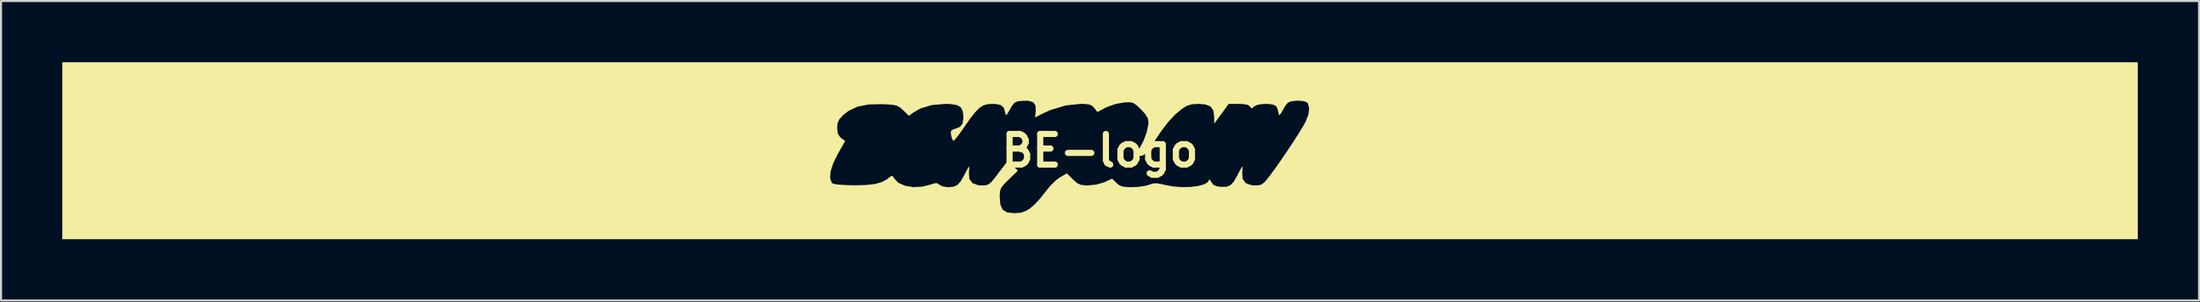
<source format=kicad_pcb>
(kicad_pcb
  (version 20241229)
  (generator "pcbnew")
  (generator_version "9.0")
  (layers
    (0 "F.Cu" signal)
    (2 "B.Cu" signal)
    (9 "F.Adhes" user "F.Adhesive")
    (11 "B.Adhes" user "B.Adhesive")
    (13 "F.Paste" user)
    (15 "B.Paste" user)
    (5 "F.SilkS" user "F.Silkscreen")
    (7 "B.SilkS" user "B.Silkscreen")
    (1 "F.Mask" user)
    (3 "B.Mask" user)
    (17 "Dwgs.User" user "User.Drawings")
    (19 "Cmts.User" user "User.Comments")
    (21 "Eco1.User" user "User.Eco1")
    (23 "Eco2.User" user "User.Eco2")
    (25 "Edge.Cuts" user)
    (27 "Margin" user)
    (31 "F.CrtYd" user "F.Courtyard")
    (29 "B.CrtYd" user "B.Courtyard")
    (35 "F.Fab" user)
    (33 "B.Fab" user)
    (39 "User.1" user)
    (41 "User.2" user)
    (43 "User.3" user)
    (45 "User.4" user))
  (footprint "BE-logo"
    (layer "F.Cu")
    (at 50.8 4.332)
    (property "Reference" "BE-logo" (at 0 0 0) (layer "F.SilkS") (effects (font (size 1.5 1.5) (thickness 0.3))))
    (attr board_only exclude_from_pos_files exclude_from_bom)
    (fp_poly (pts (xy -9.678 -0.294) (xy -9.711 -0.224) (xy -9.849 -0.175) (xy -9.943 -0.246) (xy -9.921 -0.336) (xy -9.866 -0.37) (xy -9.736 -0.37)) (stroke (width 0) (type solid)) (fill yes) (layer "F.Mask"))
    (fp_poly (pts (xy -11.19 0.358) (xy -11.176 0.373) (xy -11.242 0.428) (xy -11.303 0.455) (xy -11.412 0.457) (xy -11.43 0.422) (xy -11.361 0.349) (xy -11.303 0.34)) (stroke (width 0) (type solid)) (fill yes) (layer "F.Mask"))
    (fp_poly (pts (xy -8.19 0.128) (xy -8.306 0.236) (xy -8.349 0.27) (xy -8.593 0.449) (xy -8.718 0.53) (xy -8.721 0.509) (xy -8.595 0.386) (xy -8.555 0.349) (xy -8.364 0.192) (xy -8.22 0.097) (xy -8.183 0.085)) (stroke (width 0) (type solid)) (fill yes) (layer "F.Mask"))
    (fp_poly (pts (xy -2.157 -0.801) (xy -2.227 -0.689) (xy -2.335 -0.54) (xy -2.476 -0.348) (xy -2.564 -0.226) (xy -2.579 -0.205) (xy -2.652 -0.217) (xy -2.79 -0.25) (xy -2.998 -0.303) (xy -2.748 -0.479) (xy -2.514 -0.633) (xy -2.299 -0.76) (xy -2.296 -0.761) (xy -2.181 -0.817)) (stroke (width 0) (type solid)) (fill yes) (layer "F.Mask"))
    (fp_poly (pts (xy 0.335 -0.461) (xy 0.387 -0.412) (xy 0.445 -0.329) (xy 0.426 -0.236) (xy 0.31 -0.099) (xy 0.133 0.071) (xy -0.135 0.301) (xy -0.301 0.403) (xy -0.362 0.378) (xy -0.316 0.224) (xy -0.243 0.083) (xy -0.09 -0.16) (xy 0.061 -0.356) (xy 0.104 -0.4) (xy 0.234 -0.493)) (stroke (width 0) (type solid)) (fill yes) (layer "F.Mask"))
    (fp_poly (pts (xy 5.133 -0.62) (xy 5.121 -0.59) (xy 4.835 -0.122) (xy 4.614 0.218) (xy 4.439 0.447) (xy 4.288 0.584) (xy 4.141 0.648) (xy 3.977 0.655) (xy 3.775 0.625) (xy 3.747 0.62) (xy 3.61 0.573) (xy 3.57 0.484) (xy 3.631 0.323) (xy 3.796 0.063) (xy 3.814 0.037) (xy 3.992 -0.194) (xy 4.144 -0.308) (xy 4.319 -0.34) (xy 4.333 -0.34) (xy 4.577 -0.385) (xy 4.846 -0.498) (xy 4.894 -0.526) (xy 5.071 -0.621)) (stroke (width 0) (type solid)) (fill yes) (layer "F.Mask"))
    (fp_poly (pts (xy 1.5 -2.016) (xy 1.605 -1.947) (xy 1.609 -1.925) (xy 1.678 -1.811) (xy 1.831 -1.71) (xy 1.968 -1.629) (xy 2.023 -1.518) (xy 2.02 -1.316) (xy 2.011 -1.229) (xy 1.902 -0.826) (xy 1.672 -0.366) (xy 1.341 0.115) (xy 0.952 0.56) (xy 0.483 0.979) (xy 0.024 1.251) (xy -0.44 1.393) (xy -0.662 1.413) (xy -0.836 1.354) (xy -1.033 1.199) (xy -1.214 1.01) (xy -1.292 0.823) (xy -1.299 0.673) (xy -0.759 0.673) (xy -0.671 0.817) (xy -0.475 0.833) (xy -0.176 0.715) (xy 0.005 0.609) (xy 0.297 0.392) (xy 0.59 0.128) (xy 0.689 0.025) (xy 0.894 -0.226) (xy 1.091 -0.504) (xy 1.26 -0.773) (xy 1.376 -0.997) (xy 1.418 -1.138) (xy 1.41 -1.162) (xy 1.328 -1.136) (xy 1.172 -1.015) (xy 1.051 -0.901) (xy 0.852 -0.72) (xy 0.721 -0.655) (xy 0.625 -0.688) (xy 0.518 -0.872) (xy 0.546 -1.084) (xy 0.61 -1.172) (xy 0.667 -1.256) (xy 0.604 -1.274) (xy 0.473 -1.211) (xy 0.274 -1.045) (xy 0.039 -0.811) (xy -0.201 -0.542) (xy -0.412 -0.274) (xy -0.564 -0.04) (xy -0.594 0.019) (xy -0.735 0.406) (xy -0.759 0.673) (xy -1.299 0.673) (xy -1.304 0.566) (xy -1.221 0.103) (xy -1.007 -0.375) (xy -0.691 -0.842) (xy -0.299 -1.268) (xy 0.142 -1.625) (xy 0.603 -1.887) (xy 1.058 -2.025) (xy 1.24 -2.039)) (stroke (width 0) (type solid)) (fill yes) (layer "F.Mask"))
    (fp_poly (pts (xy 9.838 -2.116) (xy 9.891 -1.943) (xy 9.878 -1.857) (xy 9.806 -1.689) (xy 9.652 -1.412) (xy 9.437 -1.053) (xy 9.177 -0.642) (xy 8.893 -0.207) (xy 8.603 0.226) (xy 8.326 0.626) (xy 8.079 0.966) (xy 7.883 1.217) (xy 7.762 1.347) (xy 7.585 1.408) (xy 7.406 1.358) (xy 7.292 1.225) (xy 7.281 1.158) (xy 7.297 1.001) (xy 7.338 0.722) (xy 7.399 0.365) (xy 7.45 0.091) (xy 7.516 -0.275) (xy 7.564 -0.573) (xy 7.588 -0.769) (xy 7.587 -0.826) (xy 7.533 -0.772) (xy 7.414 -0.603) (xy 7.248 -0.348) (xy 7.054 -0.039) (xy 6.853 0.292) (xy 6.662 0.616) (xy 6.501 0.9) (xy 6.39 1.113) (xy 6.384 1.126) (xy 6.277 1.324) (xy 6.191 1.435) (xy 6.172 1.444) (xy 6.044 1.471) (xy 5.995 1.488) (xy 5.841 1.475) (xy 5.781 1.434) (xy 5.745 1.338) (xy 5.784 1.168) (xy 5.904 0.895) (xy 5.943 0.816) (xy 6.11 0.508) (xy 6.338 0.123) (xy 6.603 -0.304) (xy 6.883 -0.739) (xy 7.156 -1.146) (xy 7.398 -1.491) (xy 7.587 -1.739) (xy 7.645 -1.805) (xy 7.857 -1.964) (xy 8.079 -2.035) (xy 8.264 -2.011) (xy 8.349 -1.917) (xy 8.352 -1.79) (xy 8.326 -1.543) (xy 8.278 -1.219) (xy 8.216 -0.866) (xy 8.147 -0.526) (xy 8.078 -0.246) (xy 8.074 -0.234) (xy 8.052 -0.097) (xy 8.104 -0.099) (xy 8.231 -0.243) (xy 8.435 -0.529) (xy 8.716 -0.959) (xy 9.076 -1.535) (xy 9.371 -2.018) (xy 9.528 -2.169) (xy 9.701 -2.197)) (stroke (width 0) (type solid)) (fill yes) (layer "F.Mask"))
    (fp_poly (pts (xy 6.953 -2.016) (xy 7.027 -1.96) (xy 7.027 -1.96) (xy 6.983 -1.868) (xy 6.861 -1.656) (xy 6.673 -1.347) (xy 6.434 -0.963) (xy 6.157 -0.528) (xy 6.091 -0.424) (xy 5.804 0.023) (xy 5.549 0.428) (xy 5.339 0.764) (xy 5.188 1.011) (xy 5.113 1.143) (xy 5.108 1.154) (xy 5.005 1.268) (xy 4.813 1.392) (xy 4.772 1.413) (xy 4.506 1.492) (xy 4.162 1.503) (xy 3.716 1.446) (xy 3.143 1.318) (xy 3.102 1.307) (xy 2.805 1.239) (xy 2.605 1.224) (xy 2.439 1.26) (xy 2.34 1.302) (xy 1.963 1.429) (xy 1.58 1.483) (xy 1.278 1.455) (xy 1.04 1.319) (xy 0.944 1.094) (xy 0.961 0.912) (xy 1.094 0.714) (xy 1.361 0.58) (xy 1.736 0.52) (xy 2.009 0.524) (xy 2.407 0.552) (xy 2.944 -0.255) (xy 3.42 -0.923) (xy 3.854 -1.431) (xy 4.249 -1.784) (xy 4.61 -1.985) (xy 4.896 -2.039) (xy 5.119 -1.966) (xy 5.285 -1.789) (xy 5.334 -1.611) (xy 5.271 -1.432) (xy 5.11 -1.201) (xy 4.891 -0.966) (xy 4.653 -0.773) (xy 4.552 -0.712) (xy 4.369 -0.632) (xy 4.249 -0.645) (xy 4.144 -0.726) (xy 4.071 -0.781) (xy 4.001 -0.784) (xy 3.914 -0.714) (xy 3.789 -0.553) (xy 3.605 -0.278) (xy 3.472 -0.074) (xy 2.959 0.722) (xy 3.321 0.83) (xy 3.639 0.907) (xy 3.998 0.97) (xy 4.106 0.984) (xy 4.53 1.031) (xy 5.108 0.095) (xy 5.375 -0.331) (xy 5.658 -0.772) (xy 5.921 -1.171) (xy 6.105 -1.44) (xy 6.321 -1.738) (xy 6.479 -1.918) (xy 6.61 -2.009) (xy 6.744 -2.038) (xy 6.776 -2.039)) (stroke (width 0) (type solid)) (fill yes) (layer "F.Mask"))
    (fp_poly (pts (xy -0.56 -1.959) (xy -0.524 -1.824) (xy -0.605 -1.601) (xy -0.8 -1.279) (xy -1.109 -0.847) (xy -1.276 -0.626) (xy -1.571 -0.235) (xy -1.772 0.043) (xy -1.888 0.228) (xy -1.933 0.337) (xy -1.916 0.392) (xy -1.869 0.409) (xy -1.728 0.459) (xy -1.693 0.504) (xy -1.757 0.653) (xy -1.915 0.839) (xy -2.117 1.01) (xy -2.272 1.098) (xy -2.444 1.219) (xy -2.663 1.439) (xy -2.887 1.717) (xy -2.902 1.737) (xy -3.302 2.23) (xy -3.684 2.562) (xy -4.056 2.741) (xy -4.122 2.757) (xy -4.329 2.775) (xy -4.463 2.694) (xy -4.528 2.605) (xy -4.623 2.328) (xy -4.617 2.262) (xy -4.112 2.262) (xy -4.095 2.294) (xy -3.993 2.237) (xy -3.826 2.091) (xy -3.721 1.986) (xy -3.579 1.822) (xy -3.549 1.752) (xy -3.598 1.765) (xy -3.749 1.868) (xy -3.91 2.011) (xy -4.043 2.156) (xy -4.112 2.262) (xy -4.617 2.262) (xy -4.61 2.178) (xy -4.491 1.954) (xy -4.254 1.69) (xy -3.937 1.417) (xy -3.574 1.169) (xy -3.339 1.041) (xy -3.151 0.941) (xy -2.989 0.83) (xy -2.831 0.684) (xy -2.652 0.477) (xy -2.429 0.184) (xy -2.141 -0.219) (xy -2.062 -0.33) (xy -1.261 -1.467) (xy -1.541 -1.411) (xy -1.899 -1.304) (xy -2.286 -1.132) (xy -2.672 -0.914) (xy -3.028 -0.671) (xy -3.325 -0.423) (xy -3.534 -0.193) (xy -3.626 0.002) (xy -3.625 0.056) (xy -3.526 0.172) (xy -3.324 0.205) (xy -3.067 0.148) (xy -3.027 0.131) (xy -2.911 0.13) (xy -2.875 0.229) (xy -2.918 0.382) (xy -3.036 0.542) (xy -3.043 0.548) (xy -3.26 0.656) (xy -3.544 0.693) (xy -3.813 0.656) (xy -3.944 0.589) (xy -4.131 0.376) (xy -4.179 0.14) (xy -4.098 -0.167) (xy -3.874 -0.537) (xy -3.516 -0.907) (xy -3.055 -1.255) (xy -2.524 -1.56) (xy -1.956 -1.8) (xy -1.384 -1.954) (xy -1.369 -1.957) (xy -0.981 -2.015) (xy -0.712 -2.019)) (stroke (width 0) (type solid)) (fill yes) (layer "F.Mask"))
    (fp_poly (pts (xy -10.467 -2.003) (xy -10.091 -1.891) (xy -9.816 -1.696) (xy -9.669 -1.442) (xy -9.652 -1.312) (xy -9.718 -1.105) (xy -9.888 -0.858) (xy -10.124 -0.62) (xy -10.366 -0.449) (xy -10.462 -0.383) (xy -10.467 -0.307) (xy -10.372 -0.171) (xy -10.302 -0.088) (xy -10.132 0.154) (xy -10.089 0.36) (xy -10.17 0.593) (xy -10.248 0.727) (xy -10.48 0.983) (xy -10.806 1.187) (xy -11.182 1.328) (xy -11.563 1.393) (xy -11.907 1.372) (xy -12.168 1.253) (xy -12.182 1.241) (xy -12.309 1.141) (xy -12.383 1.167) (xy -12.442 1.267) (xy -12.563 1.42) (xy -12.697 1.412) (xy -12.82 1.312) (xy -12.901 1.199) (xy -12.896 1.063) (xy -12.836 0.901) (xy -12.744 0.714) (xy -12.581 0.419) (xy -12.569 0.397) (xy -12.006 0.397) (xy -11.978 0.487) (xy -11.853 0.534) (xy -11.729 0.619) (xy -11.735 0.714) (xy -11.715 0.815) (xy -11.581 0.851) (xy -11.373 0.825) (xy -11.133 0.738) (xy -11.025 0.679) (xy -10.768 0.484) (xy -10.674 0.32) (xy -10.741 0.195) (xy -10.965 0.115) (xy -11.336 0.086) (xy -11.648 0.105) (xy -11.835 0.169) (xy -11.905 0.234) (xy -12.006 0.397) (xy -12.569 0.397) (xy -12.371 0.054) (xy -12.134 -0.345) (xy -11.994 -0.573) (xy -11.415 -0.573) (xy -11.407 -0.514) (xy -11.284 -0.547) (xy -11.035 -0.674) (xy -10.929 -0.734) (xy -10.583 -0.948) (xy -10.369 -1.118) (xy -10.265 -1.265) (xy -10.245 -1.372) (xy -10.281 -1.478) (xy -10.416 -1.523) (xy -10.562 -1.528) (xy -10.747 -1.515) (xy -10.878 -1.453) (xy -10.999 -1.306) (xy -11.133 -1.082) (xy -11.273 -0.835) (xy -11.376 -0.648) (xy -11.415 -0.573) (xy -11.994 -0.573) (xy -11.891 -0.742) (xy -11.665 -1.099) (xy -11.637 -1.143) (xy -11.535 -1.306) (xy -11.527 -1.361) (xy -11.612 -1.34) (xy -11.628 -1.334) (xy -11.773 -1.284) (xy -11.82 -1.274) (xy -11.874 -1.205) (xy -11.938 -1.062) (xy -12.052 -0.898) (xy -12.256 -0.85) (xy -12.266 -0.849) (xy -12.488 -0.907) (xy -12.582 -1.06) (xy -12.531 -1.274) (xy -12.323 -1.51) (xy -11.991 -1.718) (xy -11.577 -1.883) (xy -11.127 -1.989) (xy -10.683 -2.021)) (stroke (width 0) (type solid)) (fill yes) (layer "F.Mask"))
    (fp_poly (pts (xy -3.539 -2.116) (xy -3.486 -1.943) (xy -3.499 -1.857) (xy -3.572 -1.689) (xy -3.725 -1.412) (xy -3.941 -1.053) (xy -4.2 -0.642) (xy -4.484 -0.207) (xy -4.774 0.226) (xy -5.051 0.626) (xy -5.298 0.966) (xy -5.495 1.217) (xy -5.616 1.347) (xy -5.792 1.408) (xy -5.972 1.358) (xy -6.085 1.225) (xy -6.096 1.158) (xy -6.081 1.001) (xy -6.039 0.722) (xy -5.978 0.365) (xy -5.928 0.091) (xy -5.862 -0.275) (xy -5.814 -0.573) (xy -5.79 -0.769) (xy -5.791 -0.826) (xy -5.844 -0.772) (xy -5.964 -0.603) (xy -6.129 -0.348) (xy -6.323 -0.04) (xy -6.524 0.291) (xy -6.714 0.613) (xy -6.874 0.896) (xy -6.985 1.107) (xy -6.99 1.119) (xy -7.157 1.363) (xy -7.354 1.484) (xy -7.546 1.464) (xy -7.592 1.432) (xy -7.639 1.347) (xy -7.612 1.2) (xy -7.503 0.954) (xy -7.478 0.906) (xy -7.258 0.468) (xy -7.604 0.783) (xy -8.082 1.15) (xy -8.552 1.385) (xy -8.994 1.482) (xy -9.387 1.434) (xy -9.462 1.405) (xy -9.728 1.211) (xy -9.854 0.946) (xy -9.84 0.633) (xy -9.687 0.296) (xy -9.443 0.002) (xy -9.152 -0.281) (xy -9.322 -0.498) (xy -9.437 -0.762) (xy -9.398 -1.045) (xy -9.217 -1.326) (xy -8.906 -1.586) (xy -8.544 -1.779) (xy -8.049 -1.952) (xy -7.62 -2.019) (xy -7.281 -1.98) (xy -7.157 -1.921) (xy -6.979 -1.752) (xy -6.971 -1.593) (xy -7.13 -1.449) (xy -7.236 -1.397) (xy -7.485 -1.303) (xy -7.64 -1.286) (xy -7.759 -1.346) (xy -7.825 -1.407) (xy -7.914 -1.474) (xy -8.021 -1.478) (xy -8.191 -1.411) (xy -8.403 -1.301) (xy -8.705 -1.118) (xy -8.844 -0.98) (xy -8.821 -0.887) (xy -8.634 -0.839) (xy -8.283 -0.833) (xy -8.234 -0.835) (xy -7.917 -0.846) (xy -7.733 -0.836) (xy -7.646 -0.798) (xy -7.621 -0.724) (xy -7.62 -0.691) (xy -7.694 -0.507) (xy -7.874 -0.346) (xy -8.099 -0.259) (xy -8.158 -0.255) (xy -8.406 -0.187) (xy -8.686 -0.01) (xy -8.956 0.235) (xy -9.174 0.508) (xy -9.299 0.768) (xy -9.313 0.869) (xy -9.254 0.995) (xy -9.096 1.024) (xy -8.869 0.972) (xy -8.601 0.855) (xy -8.321 0.687) (xy -8.059 0.484) (xy -7.843 0.261) (xy -7.703 0.033) (xy -7.698 0.021) (xy -7.572 -0.139) (xy -7.41 -0.159) (xy -7.266 -0.042) (xy -7.222 0.051) (xy -7.186 0.135) (xy -7.14 0.157) (xy -7.067 0.101) (xy -6.95 -0.052) (xy -6.772 -0.317) (xy -6.585 -0.607) (xy -6.24 -1.13) (xy -5.962 -1.518) (xy -5.735 -1.787) (xy -5.546 -1.952) (xy -5.38 -2.029) (xy -5.294 -2.039) (xy -5.112 -1.997) (xy -5.028 -1.917) (xy -5.026 -1.79) (xy -5.052 -1.543) (xy -5.1 -1.219) (xy -5.162 -0.866) (xy -5.231 -0.526) (xy -5.299 -0.246) (xy -5.303 -0.234) (xy -5.325 -0.097) (xy -5.273 -0.099) (xy -5.146 -0.243) (xy -4.943 -0.529) (xy -4.661 -0.959) (xy -4.301 -1.535) (xy -4.007 -2.018) (xy -3.849 -2.169) (xy -3.677 -2.197)) (stroke (width 0) (type solid)) (fill yes) (layer "F.Mask"))
    (fp_poly (pts (xy -9.677 -0.294) (xy -9.71 -0.225) (xy -9.848 -0.175) (xy -9.942 -0.246) (xy -9.92 -0.337) (xy -9.865 -0.37) (xy -9.735 -0.371)) (stroke (width 0) (type solid)) (fill yes) (layer "B.Mask"))
    (fp_poly (pts (xy -11.19 0.356) (xy -11.176 0.371) (xy -11.242 0.426) (xy -11.303 0.453) (xy -11.412 0.455) (xy -11.43 0.42) (xy -11.361 0.347) (xy -11.303 0.338)) (stroke (width 0) (type solid)) (fill yes) (layer "B.Mask"))
    (fp_poly (pts (xy -8.191 0.128) (xy -8.306 0.236) (xy -8.35 0.27) (xy -8.594 0.449) (xy -8.719 0.53) (xy -8.721 0.509) (xy -8.596 0.386) (xy -8.555 0.349) (xy -8.365 0.192) (xy -8.221 0.097) (xy -8.184 0.085)) (stroke (width 0) (type solid)) (fill yes) (layer "B.Mask"))
    (fp_poly (pts (xy -2.151 -0.803) (xy -2.221 -0.691) (xy -2.329 -0.542) (xy -2.47 -0.35) (xy -2.558 -0.228) (xy -2.573 -0.207) (xy -2.646 -0.22) (xy -2.785 -0.253) (xy -2.993 -0.305) (xy -2.742 -0.482) (xy -2.509 -0.636) (xy -2.294 -0.762) (xy -2.29 -0.764) (xy -2.176 -0.819)) (stroke (width 0) (type solid)) (fill yes) (layer "B.Mask"))
    (fp_poly (pts (xy 0.334 -0.462) (xy 0.387 -0.413) (xy 0.445 -0.33) (xy 0.425 -0.237) (xy 0.31 -0.1) (xy 0.132 0.07) (xy -0.136 0.3) (xy -0.301 0.402) (xy -0.362 0.377) (xy -0.316 0.223) (xy -0.243 0.082) (xy -0.091 -0.161) (xy 0.061 -0.357) (xy 0.104 -0.401) (xy 0.234 -0.494)) (stroke (width 0) (type solid)) (fill yes) (layer "B.Mask"))
    (fp_poly (pts (xy 5.128 -0.618) (xy 5.116 -0.587) (xy 4.83 -0.119) (xy 4.61 0.22) (xy 4.435 0.449) (xy 4.284 0.587) (xy 4.136 0.65) (xy 3.972 0.658) (xy 3.771 0.628) (xy 3.742 0.622) (xy 3.605 0.575) (xy 3.566 0.486) (xy 3.627 0.326) (xy 3.791 0.066) (xy 3.81 0.039) (xy 3.987 -0.192) (xy 4.139 -0.305) (xy 4.315 -0.337) (xy 4.329 -0.337) (xy 4.573 -0.383) (xy 4.842 -0.495) (xy 4.89 -0.523) (xy 5.067 -0.619)) (stroke (width 0) (type solid)) (fill yes) (layer "B.Mask"))
    (fp_poly (pts (xy 1.5 -2.014) (xy 1.605 -1.945) (xy 1.609 -1.923) (xy 1.678 -1.809) (xy 1.831 -1.708) (xy 1.967 -1.627) (xy 2.023 -1.516) (xy 2.02 -1.314) (xy 2.011 -1.227) (xy 1.902 -0.824) (xy 1.672 -0.364) (xy 1.341 0.117) (xy 0.952 0.562) (xy 0.483 0.981) (xy 0.024 1.253) (xy -0.44 1.395) (xy -0.662 1.415) (xy -0.837 1.356) (xy -1.033 1.201) (xy -1.214 1.012) (xy -1.292 0.825) (xy -1.299 0.675) (xy -0.759 0.675) (xy -0.671 0.819) (xy -0.475 0.835) (xy -0.176 0.717) (xy 0.004 0.611) (xy 0.297 0.394) (xy 0.59 0.13) (xy 0.689 0.027) (xy 0.893 -0.224) (xy 1.091 -0.502) (xy 1.259 -0.771) (xy 1.376 -0.995) (xy 1.418 -1.136) (xy 1.41 -1.16) (xy 1.328 -1.134) (xy 1.172 -1.013) (xy 1.051 -0.899) (xy 0.851 -0.718) (xy 0.72 -0.653) (xy 0.625 -0.686) (xy 0.518 -0.87) (xy 0.546 -1.082) (xy 0.609 -1.17) (xy 0.667 -1.254) (xy 0.604 -1.272) (xy 0.473 -1.209) (xy 0.274 -1.043) (xy 0.039 -0.809) (xy -0.201 -0.54) (xy -0.412 -0.272) (xy -0.564 -0.038) (xy -0.594 0.021) (xy -0.735 0.408) (xy -0.759 0.675) (xy -1.299 0.675) (xy -1.304 0.568) (xy -1.221 0.105) (xy -1.007 -0.373) (xy -0.691 -0.84) (xy -0.299 -1.266) (xy 0.142 -1.623) (xy 0.603 -1.885) (xy 1.058 -2.023) (xy 1.24 -2.037)) (stroke (width 0) (type solid)) (fill yes) (layer "B.Mask"))
    (fp_poly (pts (xy 9.83 -2.117) (xy 9.882 -1.944) (xy 9.87 -1.858) (xy 9.797 -1.69) (xy 9.644 -1.413) (xy 9.428 -1.055) (xy 9.169 -0.643) (xy 8.885 -0.208) (xy 8.595 0.224) (xy 8.317 0.624) (xy 8.071 0.965) (xy 7.874 1.216) (xy 7.753 1.346) (xy 7.577 1.407) (xy 7.397 1.357) (xy 7.284 1.223) (xy 7.273 1.157) (xy 7.288 1) (xy 7.33 0.721) (xy 7.391 0.363) (xy 7.441 0.09) (xy 7.507 -0.276) (xy 7.555 -0.574) (xy 7.579 -0.77) (xy 7.578 -0.828) (xy 7.524 -0.774) (xy 7.405 -0.604) (xy 7.239 -0.349) (xy 7.046 -0.04) (xy 6.844 0.291) (xy 6.653 0.614) (xy 6.493 0.898) (xy 6.381 1.112) (xy 6.375 1.124) (xy 6.269 1.322) (xy 6.182 1.434) (xy 6.163 1.443) (xy 6.035 1.47) (xy 5.986 1.487) (xy 5.832 1.474) (xy 5.772 1.433) (xy 5.737 1.337) (xy 5.775 1.167) (xy 5.895 0.894) (xy 5.934 0.815) (xy 6.102 0.507) (xy 6.329 0.122) (xy 6.594 -0.306) (xy 6.875 -0.74) (xy 7.147 -1.148) (xy 7.389 -1.492) (xy 7.579 -1.74) (xy 7.637 -1.806) (xy 7.848 -1.965) (xy 8.071 -2.036) (xy 8.255 -2.012) (xy 8.34 -1.919) (xy 8.343 -1.792) (xy 8.317 -1.544) (xy 8.269 -1.221) (xy 8.207 -0.867) (xy 8.138 -0.527) (xy 8.069 -0.248) (xy 8.066 -0.235) (xy 8.044 -0.098) (xy 8.095 -0.101) (xy 8.222 -0.244) (xy 8.426 -0.53) (xy 8.707 -0.96) (xy 9.068 -1.537) (xy 9.362 -2.019) (xy 9.519 -2.171) (xy 9.692 -2.198)) (stroke (width 0) (type solid)) (fill yes) (layer "B.Mask"))
    (fp_poly (pts (xy 6.952 -2.015) (xy 7.026 -1.959) (xy 7.026 -1.959) (xy 6.982 -1.867) (xy 6.86 -1.655) (xy 6.672 -1.346) (xy 6.433 -0.962) (xy 6.156 -0.527) (xy 6.09 -0.423) (xy 5.804 0.025) (xy 5.548 0.429) (xy 5.338 0.766) (xy 5.188 1.012) (xy 5.112 1.144) (xy 5.107 1.155) (xy 5.005 1.269) (xy 4.812 1.394) (xy 4.771 1.414) (xy 4.505 1.493) (xy 4.161 1.504) (xy 3.715 1.447) (xy 3.142 1.319) (xy 3.101 1.308) (xy 2.804 1.24) (xy 2.604 1.225) (xy 2.438 1.261) (xy 2.339 1.303) (xy 1.962 1.43) (xy 1.579 1.484) (xy 1.277 1.456) (xy 1.039 1.32) (xy 0.943 1.095) (xy 0.96 0.913) (xy 1.093 0.715) (xy 1.36 0.581) (xy 1.735 0.521) (xy 2.008 0.525) (xy 2.406 0.553) (xy 2.943 -0.254) (xy 3.419 -0.922) (xy 3.853 -1.43) (xy 4.248 -1.783) (xy 4.609 -1.984) (xy 4.895 -2.038) (xy 5.118 -1.965) (xy 5.284 -1.788) (xy 5.333 -1.61) (xy 5.27 -1.431) (xy 5.109 -1.2) (xy 4.89 -0.965) (xy 4.652 -0.772) (xy 4.551 -0.71) (xy 4.368 -0.631) (xy 4.248 -0.644) (xy 4.143 -0.725) (xy 4.07 -0.78) (xy 4 -0.783) (xy 3.913 -0.713) (xy 3.788 -0.552) (xy 3.604 -0.277) (xy 3.472 -0.073) (xy 2.958 0.723) (xy 3.32 0.831) (xy 3.638 0.908) (xy 3.997 0.971) (xy 4.105 0.985) (xy 4.529 1.033) (xy 5.107 0.096) (xy 5.374 -0.33) (xy 5.657 -0.77) (xy 5.92 -1.17) (xy 6.104 -1.439) (xy 6.32 -1.737) (xy 6.478 -1.917) (xy 6.609 -2.008) (xy 6.743 -2.037) (xy 6.775 -2.038)) (stroke (width 0) (type solid)) (fill yes) (layer "B.Mask"))
    (fp_poly (pts (xy -0.559 -1.955) (xy -0.523 -1.819) (xy -0.604 -1.596) (xy -0.799 -1.274) (xy -1.108 -0.843) (xy -1.275 -0.621) (xy -1.57 -0.23) (xy -1.77 0.048) (xy -1.887 0.232) (xy -1.932 0.342) (xy -1.915 0.397) (xy -1.868 0.414) (xy -1.727 0.463) (xy -1.692 0.509) (xy -1.756 0.658) (xy -1.914 0.844) (xy -2.116 1.014) (xy -2.271 1.103) (xy -2.443 1.223) (xy -2.662 1.444) (xy -2.886 1.721) (xy -2.901 1.741) (xy -3.301 2.234) (xy -3.683 2.566) (xy -4.055 2.745) (xy -4.121 2.762) (xy -4.328 2.78) (xy -4.461 2.699) (xy -4.527 2.61) (xy -4.622 2.333) (xy -4.616 2.266) (xy -4.111 2.266) (xy -4.094 2.298) (xy -3.992 2.241) (xy -3.825 2.096) (xy -3.72 1.99) (xy -3.578 1.826) (xy -3.548 1.756) (xy -3.597 1.77) (xy -3.748 1.873) (xy -3.909 2.016) (xy -4.042 2.16) (xy -4.111 2.266) (xy -4.616 2.266) (xy -4.609 2.183) (xy -4.49 1.958) (xy -4.253 1.694) (xy -3.936 1.422) (xy -3.573 1.174) (xy -3.337 1.045) (xy -3.15 0.946) (xy -2.988 0.835) (xy -2.83 0.688) (xy -2.651 0.481) (xy -2.428 0.189) (xy -2.14 -0.214) (xy -2.061 -0.326) (xy -1.26 -1.463) (xy -1.54 -1.407) (xy -1.898 -1.3) (xy -2.285 -1.127) (xy -2.671 -0.909) (xy -3.027 -0.666) (xy -3.324 -0.419) (xy -3.533 -0.188) (xy -3.625 0.006) (xy -3.624 0.061) (xy -3.525 0.177) (xy -3.323 0.209) (xy -3.066 0.152) (xy -3.026 0.136) (xy -2.91 0.134) (xy -2.874 0.234) (xy -2.917 0.387) (xy -3.035 0.546) (xy -3.042 0.552) (xy -3.259 0.66) (xy -3.543 0.698) (xy -3.812 0.661) (xy -3.943 0.593) (xy -4.13 0.381) (xy -4.178 0.144) (xy -4.097 -0.162) (xy -3.873 -0.532) (xy -3.515 -0.902) (xy -3.054 -1.251) (xy -2.523 -1.556) (xy -1.955 -1.796) (xy -1.383 -1.95) (xy -1.368 -1.953) (xy -0.98 -2.01) (xy -0.711 -2.015)) (stroke (width 0) (type solid)) (fill yes) (layer "B.Mask"))
    (fp_poly (pts (xy -10.458 -1.997) (xy -10.082 -1.885) (xy -9.807 -1.69) (xy -9.66 -1.436) (xy -9.643 -1.306) (xy -9.709 -1.099) (xy -9.88 -0.852) (xy -10.115 -0.614) (xy -10.357 -0.443) (xy -10.453 -0.377) (xy -10.458 -0.301) (xy -10.363 -0.165) (xy -10.293 -0.082) (xy -10.123 0.16) (xy -10.08 0.366) (xy -10.161 0.599) (xy -10.239 0.733) (xy -10.471 0.989) (xy -10.797 1.193) (xy -11.173 1.334) (xy -11.554 1.399) (xy -11.898 1.378) (xy -12.16 1.259) (xy -12.173 1.247) (xy -12.3 1.148) (xy -12.374 1.173) (xy -12.433 1.273) (xy -12.554 1.426) (xy -12.688 1.418) (xy -12.811 1.318) (xy -12.892 1.205) (xy -12.887 1.069) (xy -12.827 0.908) (xy -12.735 0.72) (xy -12.572 0.425) (xy -12.56 0.404) (xy -11.997 0.404) (xy -11.969 0.493) (xy -11.844 0.541) (xy -11.72 0.626) (xy -11.726 0.72) (xy -11.706 0.821) (xy -11.572 0.857) (xy -11.364 0.831) (xy -11.125 0.744) (xy -11.016 0.685) (xy -10.759 0.49) (xy -10.665 0.327) (xy -10.732 0.201) (xy -10.956 0.121) (xy -11.327 0.092) (xy -11.639 0.111) (xy -11.826 0.175) (xy -11.896 0.24) (xy -11.997 0.404) (xy -12.56 0.404) (xy -12.362 0.06) (xy -12.125 -0.339) (xy -11.985 -0.567) (xy -11.406 -0.567) (xy -11.399 -0.508) (xy -11.275 -0.541) (xy -11.026 -0.668) (xy -10.92 -0.728) (xy -10.574 -0.941) (xy -10.36 -1.111) (xy -10.256 -1.259) (xy -10.236 -1.366) (xy -10.272 -1.472) (xy -10.407 -1.516) (xy -10.553 -1.522) (xy -10.738 -1.508) (xy -10.869 -1.446) (xy -10.99 -1.3) (xy -11.124 -1.076) (xy -11.264 -0.829) (xy -11.367 -0.642) (xy -11.406 -0.567) (xy -11.985 -0.567) (xy -11.882 -0.736) (xy -11.656 -1.093) (xy -11.628 -1.137) (xy -11.526 -1.3) (xy -11.518 -1.355) (xy -11.603 -1.334) (xy -11.619 -1.328) (xy -11.764 -1.278) (xy -11.811 -1.268) (xy -11.865 -1.199) (xy -11.929 -1.056) (xy -12.043 -0.891) (xy -12.247 -0.843) (xy -12.257 -0.843) (xy -12.479 -0.901) (xy -12.573 -1.054) (xy -12.522 -1.268) (xy -12.314 -1.504) (xy -11.982 -1.712) (xy -11.568 -1.877) (xy -11.118 -1.983) (xy -10.674 -2.015)) (stroke (width 0) (type solid)) (fill yes) (layer "B.Mask"))
    (fp_poly (pts (xy -3.543 -2.119) (xy -3.49 -1.946) (xy -3.503 -1.86) (xy -3.575 -1.692) (xy -3.729 -1.415) (xy -3.945 -1.056) (xy -4.204 -0.645) (xy -4.488 -0.21) (xy -4.778 0.222) (xy -5.055 0.623) (xy -5.302 0.963) (xy -5.498 1.214) (xy -5.619 1.344) (xy -5.796 1.405) (xy -5.976 1.355) (xy -6.089 1.221) (xy -6.1 1.155) (xy -6.084 0.998) (xy -6.043 0.719) (xy -5.982 0.361) (xy -5.932 0.088) (xy -5.865 -0.278) (xy -5.818 -0.576) (xy -5.793 -0.772) (xy -5.794 -0.829) (xy -5.848 -0.776) (xy -5.967 -0.606) (xy -6.133 -0.351) (xy -6.326 -0.043) (xy -6.528 0.288) (xy -6.718 0.61) (xy -6.878 0.893) (xy -6.989 1.104) (xy -6.994 1.116) (xy -7.161 1.36) (xy -7.358 1.481) (xy -7.55 1.461) (xy -7.596 1.429) (xy -7.642 1.344) (xy -7.615 1.197) (xy -7.507 0.951) (xy -7.482 0.903) (xy -7.261 0.465) (xy -7.608 0.78) (xy -8.086 1.147) (xy -8.556 1.382) (xy -8.997 1.479) (xy -9.391 1.431) (xy -9.466 1.402) (xy -9.732 1.208) (xy -9.858 0.943) (xy -9.844 0.63) (xy -9.691 0.293) (xy -9.446 -0.001) (xy -9.156 -0.284) (xy -9.326 -0.501) (xy -9.441 -0.765) (xy -9.402 -1.048) (xy -9.221 -1.329) (xy -8.91 -1.59) (xy -8.548 -1.782) (xy -8.053 -1.955) (xy -7.623 -2.023) (xy -7.285 -1.983) (xy -7.16 -1.924) (xy -6.983 -1.755) (xy -6.974 -1.596) (xy -7.134 -1.452) (xy -7.24 -1.4) (xy -7.489 -1.306) (xy -7.644 -1.289) (xy -7.762 -1.349) (xy -7.829 -1.41) (xy -7.918 -1.477) (xy -8.024 -1.481) (xy -8.195 -1.414) (xy -8.407 -1.304) (xy -8.709 -1.121) (xy -8.848 -0.983) (xy -8.824 -0.89) (xy -8.637 -0.842) (xy -8.287 -0.836) (xy -8.238 -0.838) (xy -7.92 -0.849) (xy -7.736 -0.839) (xy -7.65 -0.801) (xy -7.625 -0.727) (xy -7.624 -0.694) (xy -7.697 -0.51) (xy -7.877 -0.35) (xy -8.103 -0.263) (xy -8.162 -0.258) (xy -8.41 -0.19) (xy -8.69 -0.013) (xy -8.96 0.232) (xy -9.178 0.505) (xy -9.303 0.765) (xy -9.317 0.866) (xy -9.258 0.991) (xy -9.1 1.021) (xy -8.873 0.969) (xy -8.605 0.852) (xy -8.325 0.684) (xy -8.063 0.481) (xy -7.847 0.258) (xy -7.707 0.03) (xy -7.702 0.018) (xy -7.576 -0.142) (xy -7.414 -0.162) (xy -7.269 -0.045) (xy -7.226 0.048) (xy -7.19 0.132) (xy -7.144 0.154) (xy -7.071 0.098) (xy -6.953 -0.055) (xy -6.775 -0.32) (xy -6.588 -0.61) (xy -6.244 -1.133) (xy -5.966 -1.521) (xy -5.739 -1.79) (xy -5.549 -1.955) (xy -5.384 -2.032) (xy -5.298 -2.042) (xy -5.116 -2) (xy -5.032 -1.92) (xy -5.029 -1.794) (xy -5.056 -1.546) (xy -5.103 -1.223) (xy -5.166 -0.869) (xy -5.235 -0.529) (xy -5.303 -0.25) (xy -5.307 -0.237) (xy -5.329 -0.1) (xy -5.277 -0.103) (xy -5.15 -0.246) (xy -4.947 -0.532) (xy -4.665 -0.962) (xy -4.305 -1.538) (xy -4.01 -2.021) (xy -3.853 -2.173) (xy -3.681 -2.2)) (stroke (width 0) (type solid)) (fill yes) (layer "B.Mask"))
    (fp_poly (pts (xy 50.8 0) (xy 50.8 4.332) (xy 0 4.332) (xy -50.8 4.332) (xy -50.8 1.342) (xy -13.215 1.342) (xy -13.135 1.563) (xy -13.1 1.598) (xy -12.973 1.636) (xy -12.713 1.666) (xy -12.355 1.686) (xy -12.036 1.692) (xy -11.46 1.679) (xy -11.02 1.629) (xy -10.684 1.536) (xy -10.422 1.392) (xy -10.318 1.306) (xy -10.2 1.224) (xy -10.12 1.28) (xy -10.08 1.351) (xy -9.873 1.569) (xy -9.55 1.715) (xy -9.149 1.781) (xy -8.709 1.76) (xy -8.314 1.662) (xy -8.088 1.592) (xy -7.96 1.591) (xy -7.873 1.658) (xy -7.869 1.662) (xy -7.717 1.744) (xy -7.466 1.783) (xy -7.411 1.784) (xy -7.166 1.762) (xy -6.982 1.677) (xy -6.821 1.498) (xy -6.647 1.194) (xy -6.612 1.126) (xy -6.502 0.915) (xy -6.425 0.785) (xy -6.408 0.765) (xy -6.401 0.839) (xy -6.414 1.022) (xy -6.419 1.066) (xy -6.397 1.381) (xy -6.244 1.588) (xy -5.96 1.689) (xy -5.791 1.699) (xy -5.602 1.691) (xy -5.461 1.647) (xy -5.327 1.539) (xy -5.158 1.338) (xy -5.029 1.168) (xy -4.832 0.907) (xy -4.671 0.698) (xy -4.578 0.577) (xy -4.569 0.568) (xy -4.479 0.577) (xy -4.324 0.684) (xy -4.266 0.737) (xy -4.022 0.977) (xy -4.466 1.405) (xy -4.698 1.636) (xy -4.831 1.806) (xy -4.893 1.966) (xy -4.91 2.169) (xy -4.911 2.257) (xy -4.879 2.638) (xy -4.771 2.883) (xy -4.564 3.015) (xy -4.238 3.058) (xy -4.199 3.058) (xy -3.872 3.034) (xy -3.614 2.942) (xy -3.405 2.807) (xy -3.175 2.604) (xy -2.915 2.32) (xy -2.696 2.039) (xy -2.44 1.721) (xy -2.165 1.451) (xy -1.979 1.315) (xy -1.624 1.106) (xy -1.328 1.403) (xy -1.131 1.58) (xy -0.952 1.668) (xy -0.714 1.696) (xy -0.58 1.697) (xy -0.19 1.657) (xy 0.178 1.555) (xy 0.233 1.531) (xy 0.593 1.367) (xy 0.801 1.576) (xy 0.941 1.692) (xy 1.105 1.755) (xy 1.348 1.781) (xy 1.565 1.784) (xy 1.906 1.766) (xy 2.222 1.718) (xy 2.404 1.666) (xy 2.6 1.601) (xy 2.793 1.594) (xy 3.056 1.645) (xy 3.139 1.666) (xy 3.563 1.747) (xy 4.003 1.782) (xy 4.427 1.773) (xy 4.804 1.726) (xy 5.102 1.643) (xy 5.288 1.528) (xy 5.335 1.421) (xy 5.367 1.409) (xy 5.441 1.524) (xy 5.443 1.529) (xy 5.555 1.675) (xy 5.737 1.747) (xy 5.914 1.768) (xy 6.18 1.766) (xy 6.376 1.693) (xy 6.54 1.522) (xy 6.714 1.223) (xy 6.739 1.173) (xy 6.857 0.947) (xy 6.943 0.799) (xy 6.969 0.765) (xy 6.976 0.839) (xy 6.963 1.022) (xy 6.958 1.066) (xy 6.98 1.381) (xy 7.133 1.588) (xy 7.418 1.689) (xy 7.586 1.699) (xy 7.782 1.69) (xy 7.928 1.641) (xy 8.067 1.525) (xy 8.245 1.31) (xy 8.321 1.211) (xy 8.571 0.87) (xy 8.86 0.458) (xy 9.165 0.01) (xy 9.463 -0.439) (xy 9.728 -0.854) (xy 9.939 -1.199) (xy 10.063 -1.42) (xy 10.2 -1.776) (xy 10.238 -2.088) (xy 10.174 -2.317) (xy 10.124 -2.373) (xy 9.969 -2.429) (xy 9.718 -2.451) (xy 9.596 -2.447) (xy 9.348 -2.421) (xy 9.195 -2.353) (xy 9.071 -2.203) (xy 8.976 -2.039) (xy 8.852 -1.824) (xy 8.784 -1.744) (xy 8.749 -1.783) (xy 8.734 -1.869) (xy 8.678 -2.076) (xy 8.618 -2.187) (xy 8.469 -2.261) (xy 8.222 -2.293) (xy 7.94 -2.287) (xy 7.689 -2.243) (xy 7.534 -2.164) (xy 7.531 -2.161) (xy 7.436 -2.072) (xy 7.369 -2.123) (xy 7.347 -2.161) (xy 7.24 -2.245) (xy 7.019 -2.286) (xy 6.785 -2.294) (xy 6.298 -2.294) (xy 5.943 -1.809) (xy 5.588 -1.323) (xy 5.588 -1.653) (xy 5.549 -1.966) (xy 5.415 -2.164) (xy 5.166 -2.267) (xy 4.826 -2.294) (xy 4.498 -2.275) (xy 4.254 -2.202) (xy 4.013 -2.053) (xy 3.677 -1.773) (xy 3.346 -1.418) (xy 2.995 -0.958) (xy 2.652 -0.448) (xy 2.437 -0.121) (xy 2.281 0.086) (xy 2.158 0.2) (xy 2.042 0.247) (xy 1.946 0.255) (xy 1.691 0.255) (xy 1.901 -0.064) (xy 2.12 -0.466) (xy 2.283 -0.898) (xy 2.365 -1.291) (xy 2.371 -1.395) (xy 2.335 -1.595) (xy 2.21 -1.801) (xy 1.996 -2.032) (xy 1.783 -2.234) (xy 1.624 -2.341) (xy 1.456 -2.376) (xy 1.214 -2.367) (xy 1.155 -2.362) (xy 0.757 -2.288) (xy 0.362 -2.15) (xy 0.277 -2.11) (xy -0.132 -1.896) (xy -0.282 -2.095) (xy -0.39 -2.207) (xy -0.533 -2.267) (xy -0.763 -2.291) (xy -0.962 -2.294) (xy -1.673 -2.219) (xy -2.401 -2.003) (xy -2.795 -1.826) (xy -3.178 -1.631) (xy -3.148 -1.946) (xy -3.16 -2.217) (xy -3.274 -2.379) (xy -3.509 -2.447) (xy -3.781 -2.447) (xy -4.029 -2.421) (xy -4.183 -2.353) (xy -4.306 -2.203) (xy -4.401 -2.039) (xy -4.526 -1.824) (xy -4.594 -1.744) (xy -4.628 -1.783) (xy -4.643 -1.869) (xy -4.708 -2.101) (xy -4.847 -2.232) (xy -5.095 -2.287) (xy -5.285 -2.294) (xy -5.516 -2.278) (xy -5.714 -2.219) (xy -5.904 -2.097) (xy -6.109 -1.89) (xy -6.352 -1.58) (xy -6.657 -1.146) (xy -6.686 -1.104) (xy -6.883 -0.826) (xy -7.047 -0.613) (xy -7.155 -0.497) (xy -7.18 -0.484) (xy -7.237 -0.57) (xy -7.29 -0.754) (xy -7.291 -0.754) (xy -7.307 -0.938) (xy -7.23 -1.027) (xy -7.122 -1.063) (xy -6.861 -1.165) (xy -6.728 -1.333) (xy -6.689 -1.613) (xy -6.689 -1.639) (xy -6.717 -1.936) (xy -6.82 -2.131) (xy -7.023 -2.242) (xy -7.353 -2.289) (xy -7.58 -2.294) (xy -8.245 -2.236) (xy -8.805 -2.064) (xy -9.132 -1.875) (xy -9.356 -1.71) (xy -9.635 -1.981) (xy -9.781 -2.111) (xy -9.918 -2.193) (xy -10.093 -2.24) (xy -10.354 -2.266) (xy -10.668 -2.281) (xy -11.328 -2.266) (xy -11.866 -2.161) (xy -12.305 -1.957) (xy -12.575 -1.745) (xy -12.767 -1.533) (xy -12.853 -1.333) (xy -12.869 -1.12) (xy -12.839 -0.848) (xy -12.729 -0.671) (xy -12.673 -0.624) (xy -12.477 -0.475) (xy -12.842 0.166) (xy -13.065 0.62) (xy -13.191 1.02) (xy -13.215 1.342) (xy -50.8 1.342) (xy -50.8 0) (xy -50.8 -4.332) (xy 0 -4.332) (xy 50.8 -4.332)) (stroke (width 0) (type solid)) (fill yes) (layer "F.SilkS")))
  (gr_rect
    (start -3 -3)
    (end 104.6 11.665)
    (stroke (width 0.1) (type default))
    (fill no)
    (layer "Edge.Cuts")))
</source>
